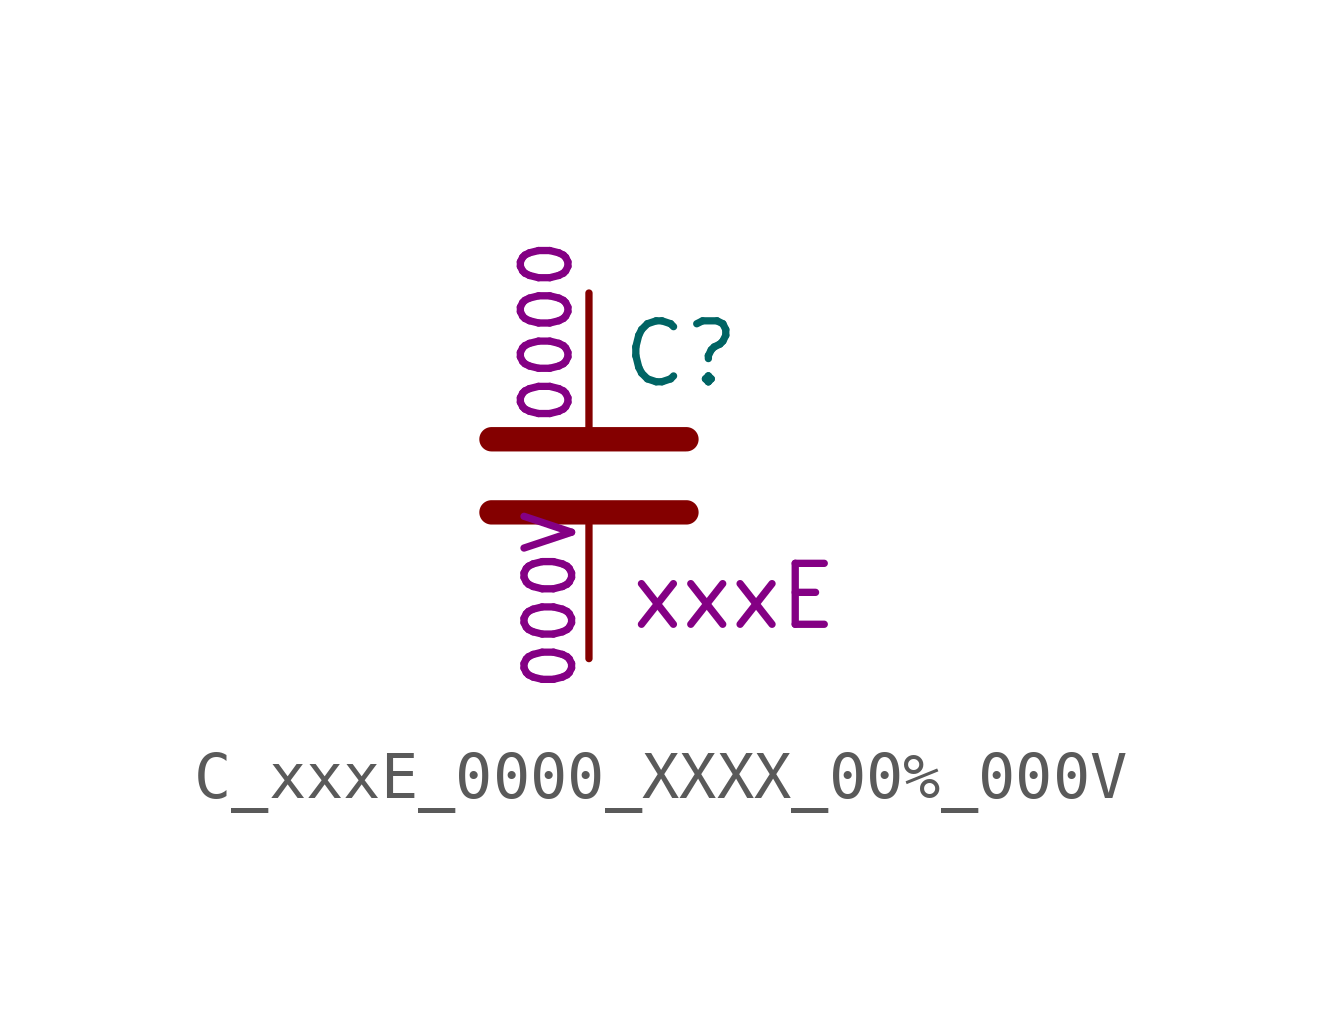
<source format=kicad_sym>
(kicad_symbol_lib
  (version 20211014)
  (generator kicad_symbol_editor)
  (symbol "C_xxxE_0000_XXXX_00%_000V"
    (pin_numbers hide)
    (pin_names
      (offset 0.254))
    (property "Reference" "C"
      (at 0.635 2.54 0)
      (effects (font (size 1.27 1.27)) (justify left)))
    (property "Capacitance" "xxxE"
      (at 0.813 -2.515 0)
      (effects (font (size 1.27 1.27)) (justify left)))
    (property "Case" "0000"
      (at -0.889 2.997 90)
      (effects (font (size 0.991 0.991))))
    (property "Voltage" "000V"
      (at -0.813 -2.591 90)
      (effects (font (size 0.991 0.991))))
    (symbol "C_xxxE_0000_XXXX_00%_000V_0_1"
      (polyline (pts (xy -2.032 -0.762) (xy 2.032 -0.762)) (stroke (width 0.508) (type default) (color 0 0 0 0)) (fill (type none)))
      (polyline (pts (xy -2.032 0.762) (xy 2.032 0.762)) (stroke (width 0.508) (type default) (color 0 0 0 0)) (fill (type none))))
    (symbol "C_xxxE_0000_XXXX_00%_000V_1_1"
      (pin passive line (at 0 3.81 270) (length 2.794) (name "~" (effects (font (size 1.27 1.27)))) (number "1" (effects (font (size 1.27 1.27)))))
      (pin passive line (at 0 -3.81 90) (length 2.794) (name "~" (effects (font (size 1.27 1.27)))) (number "2" (effects (font (size 1.27 1.27))))))))
</source>
